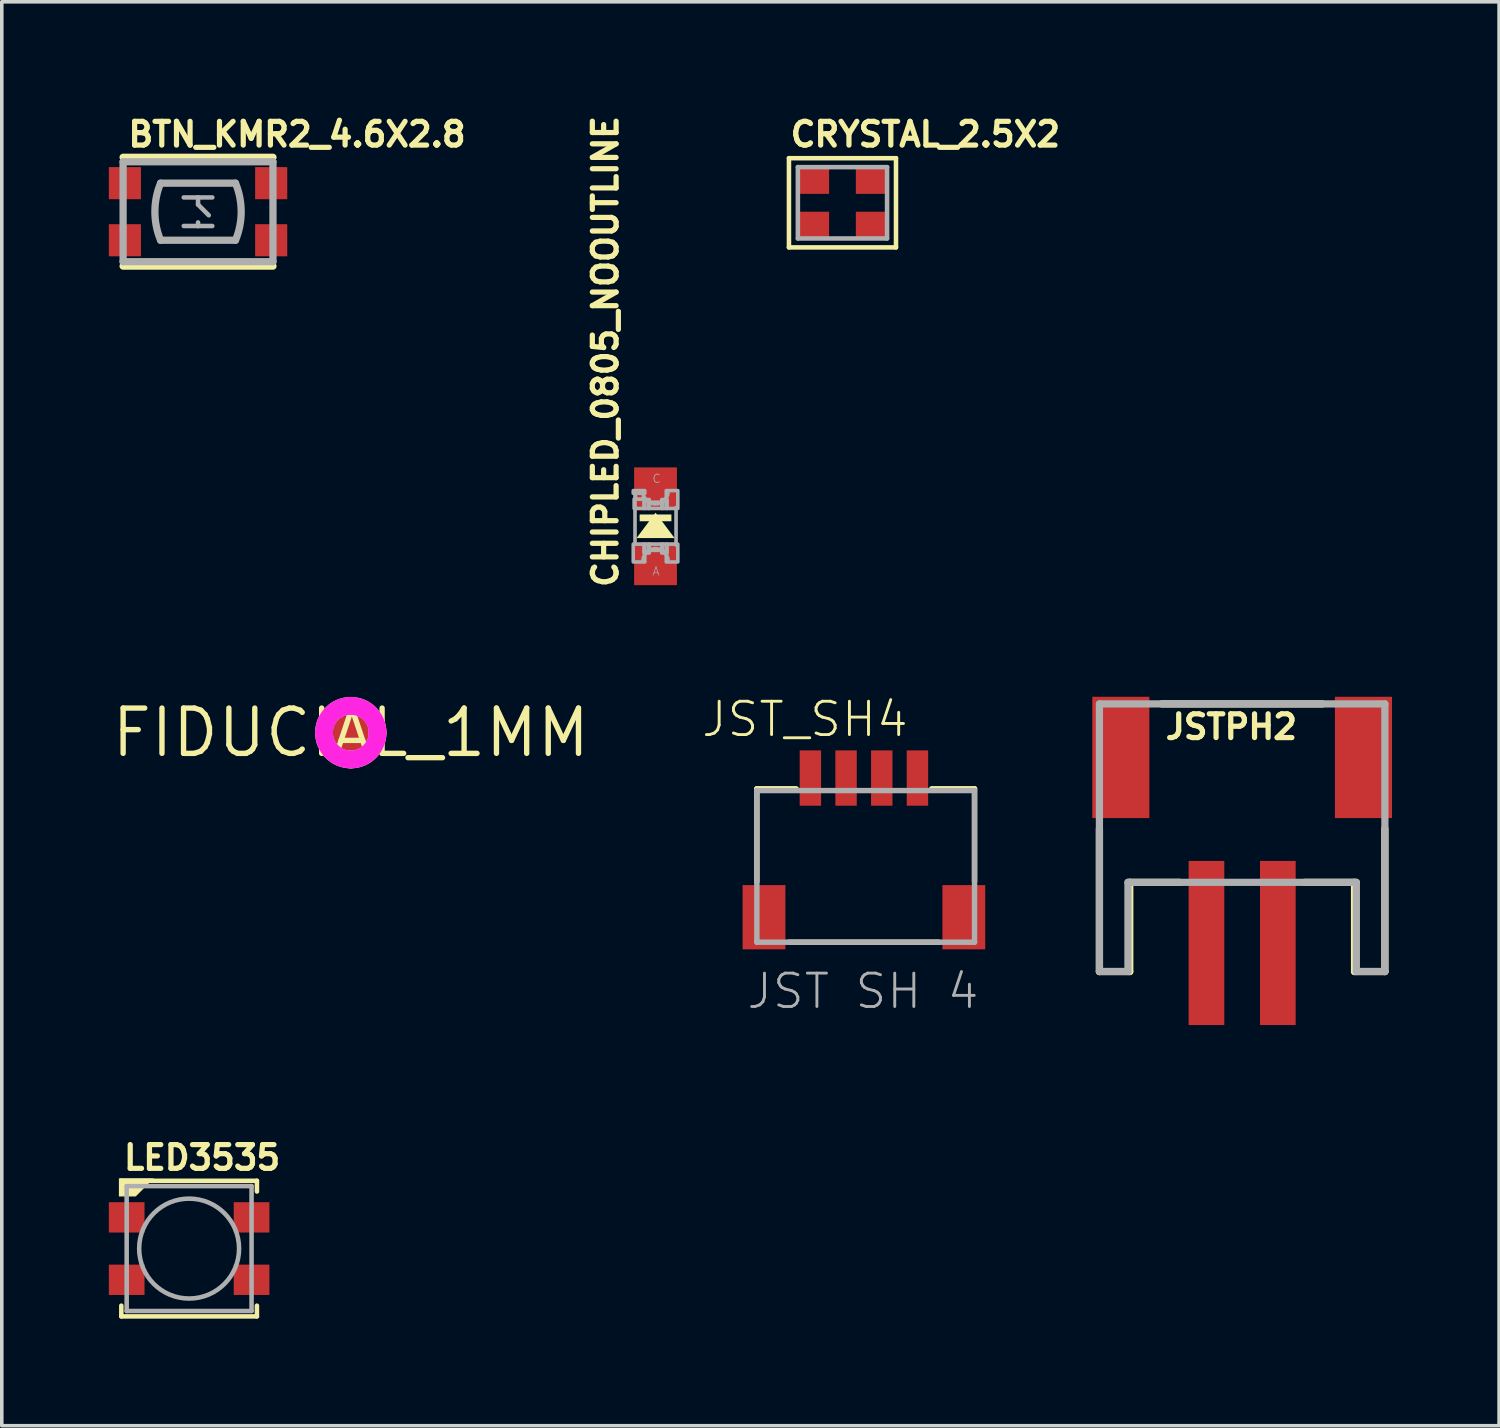
<source format=kicad_pcb>
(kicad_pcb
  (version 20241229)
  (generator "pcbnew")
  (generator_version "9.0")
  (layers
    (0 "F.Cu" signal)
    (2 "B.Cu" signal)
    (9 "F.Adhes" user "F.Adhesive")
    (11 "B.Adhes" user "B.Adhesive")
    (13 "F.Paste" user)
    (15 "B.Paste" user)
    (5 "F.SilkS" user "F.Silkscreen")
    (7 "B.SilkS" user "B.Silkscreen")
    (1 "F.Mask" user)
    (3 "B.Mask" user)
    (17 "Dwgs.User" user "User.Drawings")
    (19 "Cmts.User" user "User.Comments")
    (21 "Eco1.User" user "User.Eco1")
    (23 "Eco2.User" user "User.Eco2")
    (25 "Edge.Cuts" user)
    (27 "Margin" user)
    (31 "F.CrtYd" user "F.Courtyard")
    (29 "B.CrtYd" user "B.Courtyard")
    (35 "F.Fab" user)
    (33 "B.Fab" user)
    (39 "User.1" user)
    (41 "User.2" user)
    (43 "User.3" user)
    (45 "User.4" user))
  (footprint "FIDUCIAL_1MM"
    (layer "F.Cu")
    (at 6.781 17.483)
    (property "Reference" "FIDUCIAL_1MM" (at 0 0 0) (layer "F.SilkS") (effects (font (size 1.27 1.27) (thickness 0.15))))
    (fp_arc (start -0.75 0) (mid -0.53033 -0.53033) (end 0 -0.75) (stroke (width 0.5) (type solid)) (layer "F.Mask"))
    (fp_arc (start 0 -0.75) (mid 0.53033 -0.53033) (end 0.75 0) (stroke (width 0.5) (type solid)) (layer "F.Mask"))
    (fp_arc (start 0 0.75) (mid -0.53033 0.53033) (end -0.75 0) (stroke (width 0.5) (type solid)) (layer "F.Mask"))
    (fp_arc (start 0.75 0) (mid 0.53033 0.53033) (end 0 0.75) (stroke (width 0.5) (type solid)) (layer "F.Mask"))
    (fp_arc (start -0.75 0) (mid -0.53033 -0.53033) (end 0 -0.75) (stroke (width 0.5) (type solid)) (layer "F.SilkS"))
    (fp_arc (start 0 -0.75) (mid 0.53033 -0.53033) (end 0.75 0) (stroke (width 0.5) (type solid)) (layer "F.SilkS"))
    (fp_arc (start 0 0.75) (mid -0.53033 0.53033) (end -0.75 0) (stroke (width 0.5) (type solid)) (layer "F.SilkS"))
    (fp_arc (start 0.75 0) (mid 0.53033 0.53033) (end 0 0.75) (stroke (width 0.5) (type solid)) (layer "F.SilkS"))
    (fp_arc (start -0.75 0) (mid -0.53033 -0.53033) (end 0 -0.75) (stroke (width 0.5) (type solid)) (layer "F.CrtYd"))
    (fp_arc (start 0 -0.75) (mid 0.53033 -0.53033) (end 0.75 0) (stroke (width 0.5) (type solid)) (layer "F.CrtYd"))
    (fp_arc (start 0 0.75) (mid -0.53033 0.53033) (end -0.75 0) (stroke (width 0.5) (type solid)) (layer "F.CrtYd"))
    (fp_arc (start 0.75 0) (mid 0.53033 0.53033) (end 0 0.75) (stroke (width 0.5) (type solid)) (layer "F.CrtYd"))
    (pad "1" smd roundrect (at 0 0) (size 1 1) (layers "F.Cu" "F.Mask") (roundrect_rratio 0.5)))
  (footprint "BTN_KMR2_4.6X2.8"
    (layer "F.Cu")
    (at 2.5 2.883)
    (property "Reference" "BTN_KMR2_4.6X2.8" (at -2.032 -1.778 0) (layer "F.SilkS") (effects (font (size 0.666 0.666) (thickness 0.146)) (justify left bottom)))
    (fp_line (start -2.1 -1.525) (end 2.1 -1.525) (stroke (width 0.203) (type solid)) (layer "F.SilkS"))
    (fp_line (start 2.1 1.525) (end -2.1 1.525) (stroke (width 0.203) (type solid)) (layer "F.SilkS"))
    (fp_line (start -2.1 -1.4) (end 2.1 -1.4) (stroke (width 0.203) (type solid)) (layer "F.Fab"))
    (fp_line (start -2.1 1.4) (end -2.1 -1.4) (stroke (width 0.203) (type solid)) (layer "F.Fab"))
    (fp_line (start -1.05 -0.8) (end 1.05 -0.8) (stroke (width 0.203) (type solid)) (layer "F.Fab"))
    (fp_line (start -0.4 -0.4) (end 0 -0.4) (stroke (width 0.127) (type solid)) (layer "F.Fab"))
    (fp_line (start -0.4 0.4) (end 0 0.4) (stroke (width 0.127) (type solid)) (layer "F.Fab"))
    (fp_line (start 0 -0.4) (end 0 -0.2) (stroke (width 0.127) (type solid)) (layer "F.Fab"))
    (fp_line (start 0 -0.4) (end 0.4 -0.4) (stroke (width 0.127) (type solid)) (layer "F.Fab"))
    (fp_line (start 0 -0.2) (end 0.3 0.1) (stroke (width 0.127) (type solid)) (layer "F.Fab"))
    (fp_line (start 0 0.4) (end 0 0.3) (stroke (width 0.127) (type solid)) (layer "F.Fab"))
    (fp_line (start 0 0.4) (end 0.4 0.4) (stroke (width 0.127) (type solid)) (layer "F.Fab"))
    (fp_line (start 1.05 0.8) (end -1.05 0.8) (stroke (width 0.203) (type solid)) (layer "F.Fab"))
    (fp_line (start 2.1 -1.4) (end 2.1 1.4) (stroke (width 0.203) (type solid)) (layer "F.Fab"))
    (fp_line (start 2.1 1.4) (end -2.1 1.4) (stroke (width 0.203) (type solid)) (layer "F.Fab"))
    (fp_arc (start -1.05 0.8) (mid -1.209128 0) (end -1.05 -0.799999) (stroke (width 0.2032) (type solid)) (layer "F.Fab"))
    (fp_arc (start 1.05 -0.8) (mid 1.209128 0) (end 1.05 0.799999) (stroke (width 0.2032) (type solid)) (layer "F.Fab"))
    (pad "A" smd rect (at 2.05 -0.8) (size 0.9 0.9) (layers "F.Cu" "F.Mask" "F.Paste"))
    (pad "A'" smd rect (at -2.05 -0.8) (size 0.9 0.9) (layers "F.Cu" "F.Mask" "F.Paste"))
    (pad "B" smd rect (at 2.05 0.8) (size 0.9 0.9) (layers "F.Cu" "F.Mask" "F.Paste"))
    (pad "B'" smd rect (at -2.05 0.8) (size 0.9 0.9) (layers "F.Cu" "F.Mask" "F.Paste")))
  (footprint "JST_SH4"
    (layer "F.Cu")
    (at 21.161 21.269)
    (property "Reference" "JST_SH4" (at -4.6 -3.614 0) (layer "F.SilkS") (effects (font (size 0.935 0.935) (thickness 0.081)) (justify left bottom)))
    (fp_line (start -3 -2.214) (end -1.9 -2.214) (stroke (width 0.152) (type solid)) (layer "F.SilkS"))
    (fp_line (start -3 0.386) (end -3 -2.214) (stroke (width 0.152) (type solid)) (layer "F.SilkS"))
    (fp_line (start -2.1 2.086) (end 2.1 2.086) (stroke (width 0.152) (type solid)) (layer "F.SilkS"))
    (fp_line (start 1.9 -2.214) (end 3.1 -2.214) (stroke (width 0.152) (type solid)) (layer "F.SilkS"))
    (fp_line (start 3.1 -2.214) (end 3.1 0.386) (stroke (width 0.152) (type solid)) (layer "F.SilkS"))
    (fp_line (start -3 -2.164) (end 3.1 -2.164) (stroke (width 0.152) (type solid)) (layer "F.Fab"))
    (fp_line (start -3 2.086) (end -3 -2.164) (stroke (width 0.152) (type solid)) (layer "F.Fab"))
    (fp_line (start 3.1 -2.164) (end 3.1 2.086) (stroke (width 0.152) (type solid)) (layer "F.Fab"))
    (fp_line (start 3.1 2.086) (end -3 2.086) (stroke (width 0.152) (type solid)) (layer "F.Fab"))
    (fp_text user "JST SH 4" (at -3.33 4.006 0) (layer "F.Fab") (effects (font (size 0.935 0.935) (thickness 0.081)) (justify left bottom)))
    (pad "1" smd rect (at -1.5 -2.514 90) (size 1.55 0.6) (layers "F.Cu" "F.Mask" "F.Paste"))
    (pad "2" smd rect (at -0.5 -2.514 90) (size 1.55 0.6) (layers "F.Cu" "F.Mask" "F.Paste"))
    (pad "3" smd rect (at 0.5 -2.514 90) (size 1.55 0.6) (layers "F.Cu" "F.Mask" "F.Paste"))
    (pad "4" smd rect (at 1.5 -2.514 90) (size 1.55 0.6) (layers "F.Cu" "F.Mask" "F.Paste"))
    (pad "MT1" smd rect (at -2.8 1.386 90) (size 1.8 1.2) (layers "F.Cu" "F.Mask" "F.Paste"))
    (pad "MT2" smd rect (at 2.8 1.386 90) (size 1.8 1.2) (layers "F.Cu" "F.Mask" "F.Paste")))
  (footprint "CHIPLED_0805_NOOUTLINE"
    (layer "F.Cu")
    (at 15.321 11.699)
    (property "Reference" "CHIPLED_0805_NOOUTLINE" (at -1.016 1.778 90) (layer "F.SilkS") (effects (font (size 0.666 0.666) (thickness 0.146)) (justify left bottom)))
    (fp_poly (pts (xy 0.533 0.33) (xy -0.533 0.33) (xy 0 -0.381)) (stroke (width 0) (type solid)) (fill yes) (layer "F.SilkS"))
    (fp_poly (pts (xy -0.445 -0.141) (xy 0.445 -0.141) (xy 0.445 -0.331) (xy -0.445 -0.331)) (stroke (width 0) (type solid)) (fill yes) (layer "F.SilkS"))
    (fp_line (start -0.575 0.5) (end -0.575 -0.925) (stroke (width 0.102) (type solid)) (layer "F.Fab"))
    (fp_line (start 0.575 -0.525) (end 0.575 0.525) (stroke (width 0.102) (type solid)) (layer "F.Fab"))
    (fp_arc (start -0.35 0.925) (mid -0.000001 0.625027) (end 0.35 0.924998) (stroke (width 0.1016) (type solid)) (layer "F.Fab"))
    (fp_arc (start 0.35 -0.924998) (mid -0.000001 -0.625027) (end -0.35 -0.925) (stroke (width 0.1016) (type solid)) (layer "F.Fab"))
    (fp_circle (center -0.45 -0.85) (end -0.347 -0.85) (stroke (width 0.076) (type solid)) (fill no) (layer "F.Fab"))
    (fp_poly (pts (xy -0.625 -0.925) (xy -0.3 -0.925) (xy -0.3 -1) (xy -0.625 -1)) (stroke (width 0.1) (type solid)) (fill no) (layer "F.Fab"))
    (fp_poly (pts (xy -0.625 1) (xy -0.3 1) (xy -0.3 0.5) (xy -0.625 0.5)) (stroke (width 0.1) (type solid)) (fill no) (layer "F.Fab"))
    (fp_poly (pts (xy -0.6 -0.5) (xy -0.3 -0.5) (xy -0.3 -0.762) (xy -0.6 -0.762)) (stroke (width 0.1) (type solid)) (fill no) (layer "F.Fab"))
    (fp_poly (pts (xy -0.325 -0.5) (xy -0.175 -0.5) (xy -0.175 -0.75) (xy -0.325 -0.75)) (stroke (width 0.1) (type solid)) (fill no) (layer "F.Fab"))
    (fp_poly (pts (xy -0.325 0.75) (xy -0.175 0.75) (xy -0.175 0.5) (xy -0.325 0.5)) (stroke (width 0.1) (type solid)) (fill no) (layer "F.Fab"))
    (fp_poly (pts (xy -0.2 -0.5) (xy 0.2 -0.5) (xy 0.2 -0.675) (xy -0.2 -0.675)) (stroke (width 0.1) (type solid)) (fill no) (layer "F.Fab"))
    (fp_poly (pts (xy -0.2 0.675) (xy 0.2 0.675) (xy 0.2 0.5) (xy -0.2 0.5)) (stroke (width 0.1) (type solid)) (fill no) (layer "F.Fab"))
    (fp_poly (pts (xy 0.175 -0.5) (xy 0.325 -0.5) (xy 0.325 -0.75) (xy 0.175 -0.75)) (stroke (width 0.1) (type solid)) (fill no) (layer "F.Fab"))
    (fp_poly (pts (xy 0.175 0.75) (xy 0.325 0.75) (xy 0.325 0.5) (xy 0.175 0.5)) (stroke (width 0.1) (type solid)) (fill no) (layer "F.Fab"))
    (fp_poly (pts (xy 0.3 -0.5) (xy 0.625 -0.5) (xy 0.625 -1) (xy 0.3 -1)) (stroke (width 0.1) (type solid)) (fill no) (layer "F.Fab"))
    (fp_poly (pts (xy 0.3 1) (xy 0.625 1) (xy 0.625 0.5) (xy 0.3 0.5)) (stroke (width 0.1) (type solid)) (fill no) (layer "F.Fab"))
    (fp_text user "C" (at -0.1 -1.2 0) (layer "F.Fab") (effects (font (size 0.234 0.234) (thickness 0.02)) (justify left bottom)))
    (fp_text user "A" (at -0.1 1.4 0) (layer "F.Fab") (effects (font (size 0.234 0.234) (thickness 0.02)) (justify left bottom)))
    (pad "A" smd rect (at 0 1.05) (size 1.2 1.2) (layers "F.Cu" "F.Mask" "F.Paste"))
    (pad "C" smd rect (at 0 -1.05) (size 1.2 1.2) (layers "F.Cu" "F.Mask" "F.Paste")))
  (footprint "CRYSTAL_2.5X2"
    (layer "F.Cu")
    (at 20.56 2.633)
    (property "Reference" "CRYSTAL_2.5X2" (at -1.532 -1.528 0) (layer "F.SilkS") (effects (font (size 0.666 0.666) (thickness 0.146)) (justify left bottom)))
    (fp_line (start -1.5 -1.25) (end 1.5 -1.25) (stroke (width 0.127) (type solid)) (layer "F.SilkS"))
    (fp_line (start -1.5 1.25) (end -1.5 -1.25) (stroke (width 0.127) (type solid)) (layer "F.SilkS"))
    (fp_line (start 1.5 -1.25) (end 1.5 1.25) (stroke (width 0.127) (type solid)) (layer "F.SilkS"))
    (fp_line (start 1.5 1.25) (end -1.5 1.25) (stroke (width 0.127) (type solid)) (layer "F.SilkS"))
    (fp_line (start -1.25 -1) (end 1.25 -1) (stroke (width 0.127) (type solid)) (layer "F.Fab"))
    (fp_line (start -1.25 1) (end -1.25 -1) (stroke (width 0.127) (type solid)) (layer "F.Fab"))
    (fp_line (start 1.25 -1) (end 1.25 1) (stroke (width 0.127) (type solid)) (layer "F.Fab"))
    (fp_line (start 1.25 1) (end -1.25 1) (stroke (width 0.127) (type solid)) (layer "F.Fab"))
    (pad "1" smd rect (at -0.825 0.625) (size 0.9 0.75) (layers "F.Cu" "F.Mask" "F.Paste"))
    (pad "2" smd rect (at 0.825 0.625) (size 0.9 0.75) (layers "F.Cu" "F.Mask" "F.Paste"))
    (pad "3" smd rect (at 0.825 -0.625) (size 0.9 0.75) (layers "F.Cu" "F.Mask" "F.Paste"))
    (pad "4" smd rect (at -0.825 -0.625) (size 0.9 0.75) (layers "F.Cu" "F.Mask" "F.Paste")))
  (footprint "LED3535"
    (layer "F.Cu")
    (at 2.25 31.941)
    (property "Reference" "LED3535" (at -1.905 -2.159 0) (layer "F.SilkS") (effects (font (size 0.666 0.666) (thickness 0.146)) (justify left bottom)))
    (fp_line (start -1.9 -1.9) (end 1.9 -1.9) (stroke (width 0.127) (type solid)) (layer "F.SilkS"))
    (fp_line (start -1.9 -1.6) (end -1.9 -1.9) (stroke (width 0.127) (type solid)) (layer "F.SilkS"))
    (fp_line (start -1.9 1.6) (end -1.9 1.9) (stroke (width 0.127) (type solid)) (layer "F.SilkS"))
    (fp_line (start -1.9 1.9) (end 1.9 1.9) (stroke (width 0.127) (type solid)) (layer "F.SilkS"))
    (fp_line (start 1.9 -1.9) (end 1.9 -1.6) (stroke (width 0.127) (type solid)) (layer "F.SilkS"))
    (fp_line (start 1.9 1.9) (end 1.9 1.6) (stroke (width 0.127) (type solid)) (layer "F.SilkS"))
    (fp_poly (pts (xy -1.498 -1.46) (xy -1.968 -1.46) (xy -1.968 -1.968) (xy -0.99 -1.968)) (stroke (width 0) (type solid)) (fill yes) (layer "F.SilkS"))
    (fp_line (start -1.75 -1.75) (end 1.75 -1.75) (stroke (width 0.127) (type solid)) (layer "F.Fab"))
    (fp_line (start -1.75 1.75) (end -1.75 -1.75) (stroke (width 0.127) (type solid)) (layer "F.Fab"))
    (fp_line (start 1.75 -1.75) (end 1.75 1.75) (stroke (width 0.127) (type solid)) (layer "F.Fab"))
    (fp_line (start 1.75 1.75) (end -1.75 1.75) (stroke (width 0.127) (type solid)) (layer "F.Fab"))
    (fp_circle (center 0 0) (end 1.4 0) (stroke (width 0.127) (type solid)) (fill no) (layer "F.Fab"))
    (pad "1" smd rect (at -1.75 -0.875 90) (size 0.85 1) (layers "F.Cu" "F.Mask" "F.Paste"))
    (pad "2" smd rect (at -1.75 0.875 90) (size 0.85 1) (layers "F.Cu" "F.Mask" "F.Paste"))
    (pad "3" smd rect (at 1.75 0.875 90) (size 0.85 1) (layers "F.Cu" "F.Mask" "F.Paste"))
    (pad "4" smd rect (at 1.75 -0.875 90) (size 0.85 1) (layers "F.Cu" "F.Mask" "F.Paste")))
  (footprint "JSTPH2"
    (layer "F.Cu")
    (at 31.761 19.677)
    (property "Reference" "JSTPH2" (at -2.223 -1.968 0) (layer "F.SilkS") (effects (font (size 0.666 0.666) (thickness 0.146)) (justify left bottom)))
    (fp_line (start -4 4.5) (end -4 0.5) (stroke (width 0.203) (type solid)) (layer "F.SilkS"))
    (fp_line (start -3.15 2) (end -3.15 4.5) (stroke (width 0.203) (type solid)) (layer "F.SilkS"))
    (fp_line (start -3.15 4.5) (end -4 4.5) (stroke (width 0.203) (type solid)) (layer "F.SilkS"))
    (fp_line (start -2.25 -3) (end 2.25 -3) (stroke (width 0.203) (type solid)) (layer "F.SilkS"))
    (fp_line (start -1.75 2) (end -3.15 2) (stroke (width 0.203) (type solid)) (layer "F.SilkS"))
    (fp_line (start 3.15 2) (end 1.75 2) (stroke (width 0.203) (type solid)) (layer "F.SilkS"))
    (fp_line (start 3.15 4.5) (end 3.15 2) (stroke (width 0.203) (type solid)) (layer "F.SilkS"))
    (fp_line (start 4 0.5) (end 4 4.5) (stroke (width 0.203) (type solid)) (layer "F.SilkS"))
    (fp_line (start 4 4.5) (end 3.15 4.5) (stroke (width 0.203) (type solid)) (layer "F.SilkS"))
    (fp_line (start -4 -3) (end 4 -3) (stroke (width 0.203) (type solid)) (layer "F.Fab"))
    (fp_line (start -4 4.5) (end -4 -3) (stroke (width 0.203) (type solid)) (layer "F.Fab"))
    (fp_line (start -3.2 2) (end -3.2 4.5) (stroke (width 0.203) (type solid)) (layer "F.Fab"))
    (fp_line (start -3.2 4.5) (end -4 4.5) (stroke (width 0.203) (type solid)) (layer "F.Fab"))
    (fp_line (start 3.2 2) (end -3.2 2) (stroke (width 0.203) (type solid)) (layer "F.Fab"))
    (fp_line (start 3.2 4.5) (end 3.2 2) (stroke (width 0.203) (type solid)) (layer "F.Fab"))
    (fp_line (start 4 -3) (end 4 4.5) (stroke (width 0.203) (type solid)) (layer "F.Fab"))
    (fp_line (start 4 4.5) (end 3.2 4.5) (stroke (width 0.203) (type solid)) (layer "F.Fab"))
    (pad "1" smd rect (at -1 3.7) (size 1 4.6) (layers "F.Cu" "F.Mask" "F.Paste"))
    (pad "2" smd rect (at 1 3.7) (size 1 4.6) (layers "F.Cu" "F.Mask" "F.Paste"))
    (pad "NC1" smd rect (at -3.4 -1.5 90) (size 3.4 1.6) (layers "F.Cu" "F.Mask" "F.Paste"))
    (pad "NC2" smd rect (at 3.4 -1.5 90) (size 3.4 1.6) (layers "F.Cu" "F.Mask" "F.Paste")))
  (gr_rect
    (start -3 -3)
    (end 38.961 36.905)
    (stroke (width 0.1) (type default))
    (fill no)
    (layer "Edge.Cuts")))
</source>
